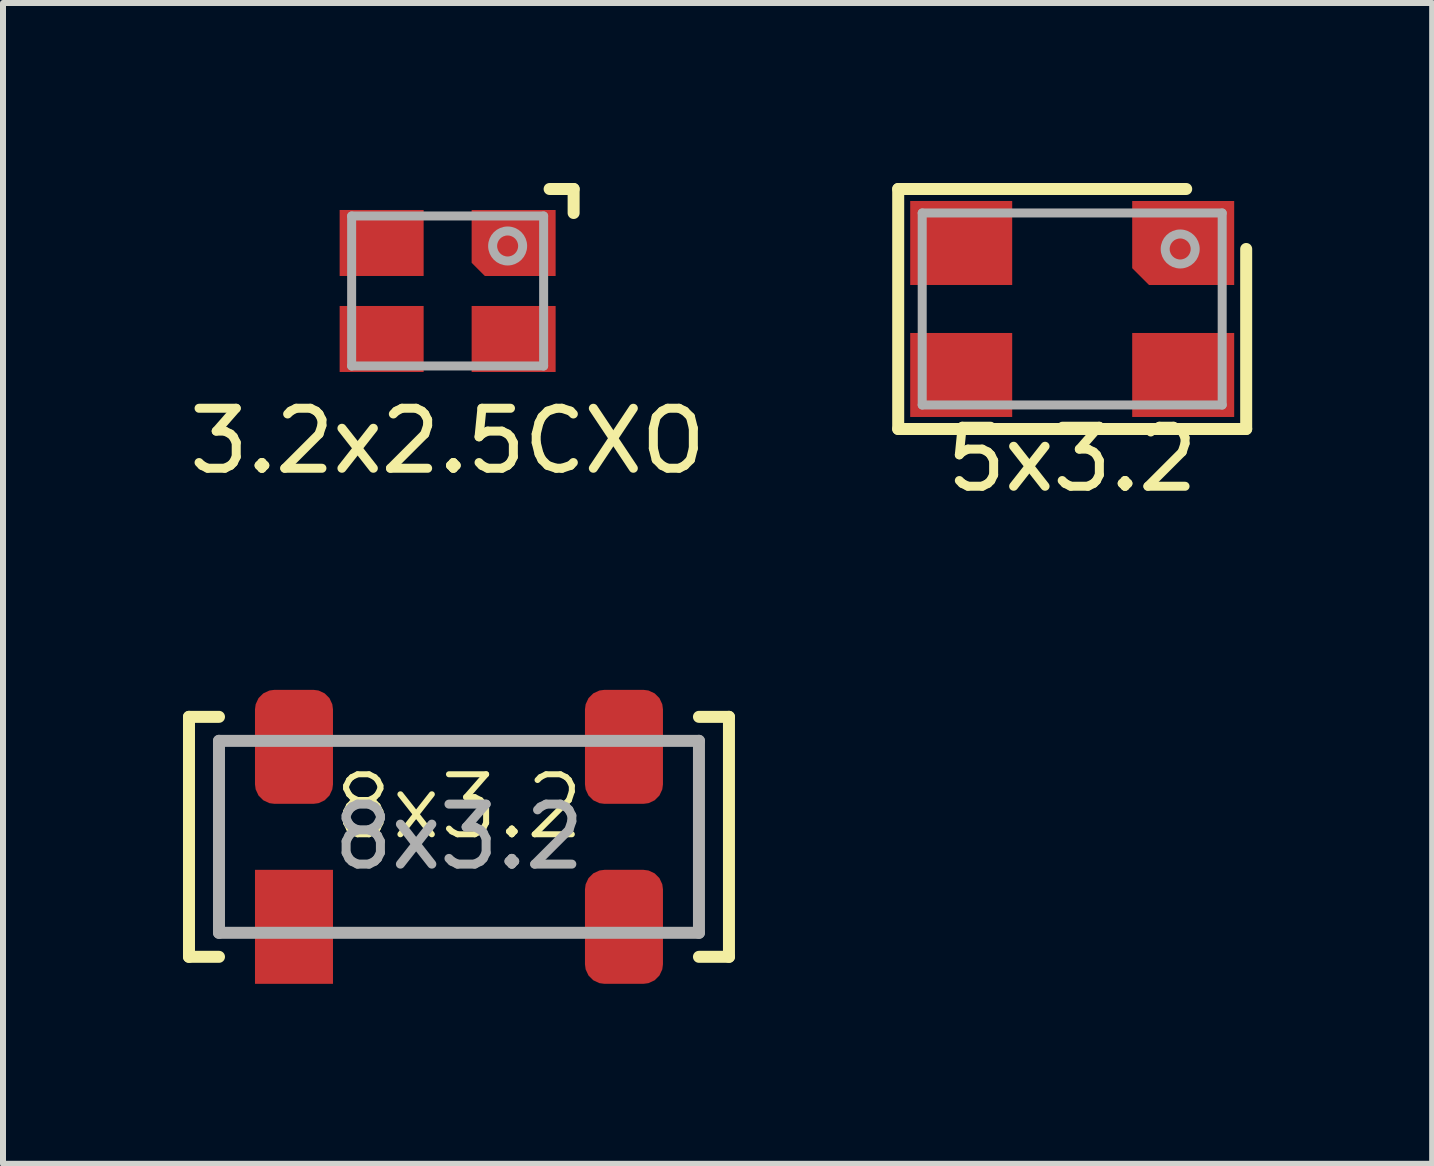
<source format=kicad_pcb>
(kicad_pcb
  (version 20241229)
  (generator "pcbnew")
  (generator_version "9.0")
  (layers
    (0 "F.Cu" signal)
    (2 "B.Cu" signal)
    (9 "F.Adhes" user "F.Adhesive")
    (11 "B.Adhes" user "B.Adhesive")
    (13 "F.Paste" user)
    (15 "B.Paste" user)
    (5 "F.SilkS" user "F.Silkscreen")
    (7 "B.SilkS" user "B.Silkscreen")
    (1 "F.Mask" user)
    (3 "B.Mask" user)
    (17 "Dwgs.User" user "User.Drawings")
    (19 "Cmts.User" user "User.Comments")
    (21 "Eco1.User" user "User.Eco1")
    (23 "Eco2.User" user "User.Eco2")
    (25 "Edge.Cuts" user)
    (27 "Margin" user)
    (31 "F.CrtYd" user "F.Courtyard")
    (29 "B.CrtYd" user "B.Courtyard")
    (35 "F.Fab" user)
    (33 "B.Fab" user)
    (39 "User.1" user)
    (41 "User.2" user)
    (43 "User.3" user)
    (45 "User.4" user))
  (footprint "5x3.2"
    (layer "F.Cu")
    (at 14.821 2.1)
    (property "Reference" "5x3.2" (at 0 2.5 0) (layer "F.SilkS") (effects (font (size 1 1) (thickness 0.15))))
    (attr smd)
    (fp_line (start -2.9 -2) (end 1.9 -2) (stroke (width 0.2) (type default)) (layer "F.SilkS"))
    (fp_line (start -2.9 2) (end -2.9 -2) (stroke (width 0.2) (type default)) (layer "F.SilkS"))
    (fp_line (start 2.9 -1) (end 2.9 2) (stroke (width 0.2) (type default)) (layer "F.SilkS"))
    (fp_line (start 2.9 2) (end -2.9 2) (stroke (width 0.2) (type default)) (layer "F.SilkS"))
    (fp_line (start -2.5 -1.6) (end -2.5 1.6) (stroke (width 0.15) (type solid)) (layer "F.Fab"))
    (fp_line (start -2.5 -1.6) (end 2.5 -1.6) (stroke (width 0.15) (type solid)) (layer "F.Fab"))
    (fp_line (start -2.5 1.6) (end 2.5 1.6) (stroke (width 0.15) (type solid)) (layer "F.Fab"))
    (fp_line (start 2.5 -1.6) (end 2.5 1.6) (stroke (width 0.15) (type solid)) (layer "F.Fab"))
    (fp_circle (center 1.8 -1) (end 1.55 -1) (stroke (width 0.15) (type solid)) (fill no) (layer "F.Fab"))
    (pad "1" smd rect (at -1.85 1.1) (size 1.7 1.4) (layers "F.Cu" "F.Mask" "F.Paste"))
    (pad "2" smd rect (at 1.85 1.1) (size 1.7 1.4) (layers "F.Cu" "F.Mask" "F.Paste"))
    (pad "3" smd roundrect (at 1.85 -1.1) (size 1.7 1.4) (layers "F.Cu" "F.Mask" "F.Paste") (roundrect_rratio 0) (chamfer_ratio 0.2) (chamfer bottom_left))
    (pad "4" smd rect (at -1.85 -1.1) (size 1.7 1.4) (layers "F.Cu" "F.Mask" "F.Paste")))
  (footprint "3.2x2.5CXO"
    (layer "F.Cu")
    (at 4.411 1.8)
    (property "Reference" "3.2x2.5CXO" (at 0 2.5 0) (layer "F.SilkS") (effects (font (size 1 1) (thickness 0.15))))
    (attr smd)
    (fp_line (start 2.1 -1.7) (end 1.7 -1.7) (stroke (width 0.2) (type solid)) (layer "F.SilkS"))
    (fp_line (start 2.1 -1.3) (end 2.1 -1.7) (stroke (width 0.2) (type solid)) (layer "F.SilkS"))
    (fp_line (start -1.6 -1.25) (end -1.6 1.25) (stroke (width 0.15) (type solid)) (layer "F.Fab"))
    (fp_line (start -1.6 -1.25) (end 1.6 -1.25) (stroke (width 0.15) (type solid)) (layer "F.Fab"))
    (fp_line (start -1.6 1.25) (end 1.6 1.25) (stroke (width 0.15) (type solid)) (layer "F.Fab"))
    (fp_line (start 1.6 -1.25) (end 1.6 1.25) (stroke (width 0.15) (type solid)) (layer "F.Fab"))
    (fp_circle (center 1 -0.75) (end 0.75 -0.75) (stroke (width 0.15) (type solid)) (fill no) (layer "F.Fab"))
    (pad "1" smd rect (at -1.1 0.8) (size 1.4 1.1) (layers "F.Cu" "F.Mask" "F.Paste"))
    (pad "2" smd rect (at 1.1 0.8) (size 1.4 1.1) (layers "F.Cu" "F.Mask" "F.Paste"))
    (pad "3" smd roundrect (at 1.1 -0.8) (size 1.4 1.1) (layers "F.Cu" "F.Mask" "F.Paste") (roundrect_rratio 0) (chamfer_ratio 0.2) (chamfer bottom_left))
    (pad "4" smd rect (at -1.1 -0.8) (size 1.4 1.1) (layers "F.Cu" "F.Mask" "F.Paste")))
  (footprint "8x3.2"
    (layer "F.Cu")
    (at 4.6 10.898)
    (property "Reference" "8x3.2" (at 0 -0.5 0) (unlocked yes) (layer "F.SilkS") (effects (font (size 1 1) (thickness 0.1))))
    (attr smd)
    (fp_line (start -4.5 -2) (end -4.5 2) (stroke (width 0.2) (type default)) (layer "F.SilkS"))
    (fp_line (start -4.5 2) (end -4 2) (stroke (width 0.2) (type default)) (layer "F.SilkS"))
    (fp_line (start -4 -2) (end -4.5 -2) (stroke (width 0.2) (type default)) (layer "F.SilkS"))
    (fp_line (start 4 -2) (end 4.5 -2) (stroke (width 0.2) (type default)) (layer "F.SilkS"))
    (fp_line (start 4.5 -2) (end 4.5 2) (stroke (width 0.2) (type default)) (layer "F.SilkS"))
    (fp_line (start 4.5 2) (end 4 2) (stroke (width 0.2) (type default)) (layer "F.SilkS"))
    (fp_line (start -4 -1.6) (end -4 1.6) (stroke (width 0.2) (type default)) (layer "F.Fab"))
    (fp_line (start 4 -1.6) (end -4 -1.6) (stroke (width 0.2) (type default)) (layer "F.Fab"))
    (fp_line (start 4 -1.6) (end 4 1.6) (stroke (width 0.2) (type default)) (layer "F.Fab"))
    (fp_line (start 4 1.6) (end -4 1.6) (stroke (width 0.2) (type default)) (layer "F.Fab"))
    (fp_text user "${REFERENCE}" (at 0 0 0) (unlocked yes) (layer "F.Fab") (effects (font (size 1 1) (thickness 0.15))))
    (pad "1" smd rect (at -2.75 1.5) (size 1.3 1.9) (layers "F.Cu" "F.Mask" "F.Paste"))
    (pad "2" smd roundrect (at 2.75 1.5) (size 1.3 1.9) (layers "F.Cu" "F.Mask" "F.Paste") (roundrect_rratio 0.25))
    (pad "3" smd roundrect (at 2.75 -1.5) (size 1.3 1.9) (layers "F.Cu" "F.Mask" "F.Paste") (roundrect_rratio 0.25))
    (pad "4" smd roundrect (at -2.75 -1.5) (size 1.3 1.9) (layers "F.Cu" "F.Mask" "F.Paste") (roundrect_rratio 0.25)))
  (gr_rect
    (start -3 -3)
    (end 20.821 16.348)
    (stroke (width 0.1) (type default))
    (fill no)
    (layer "Edge.Cuts")))
</source>
